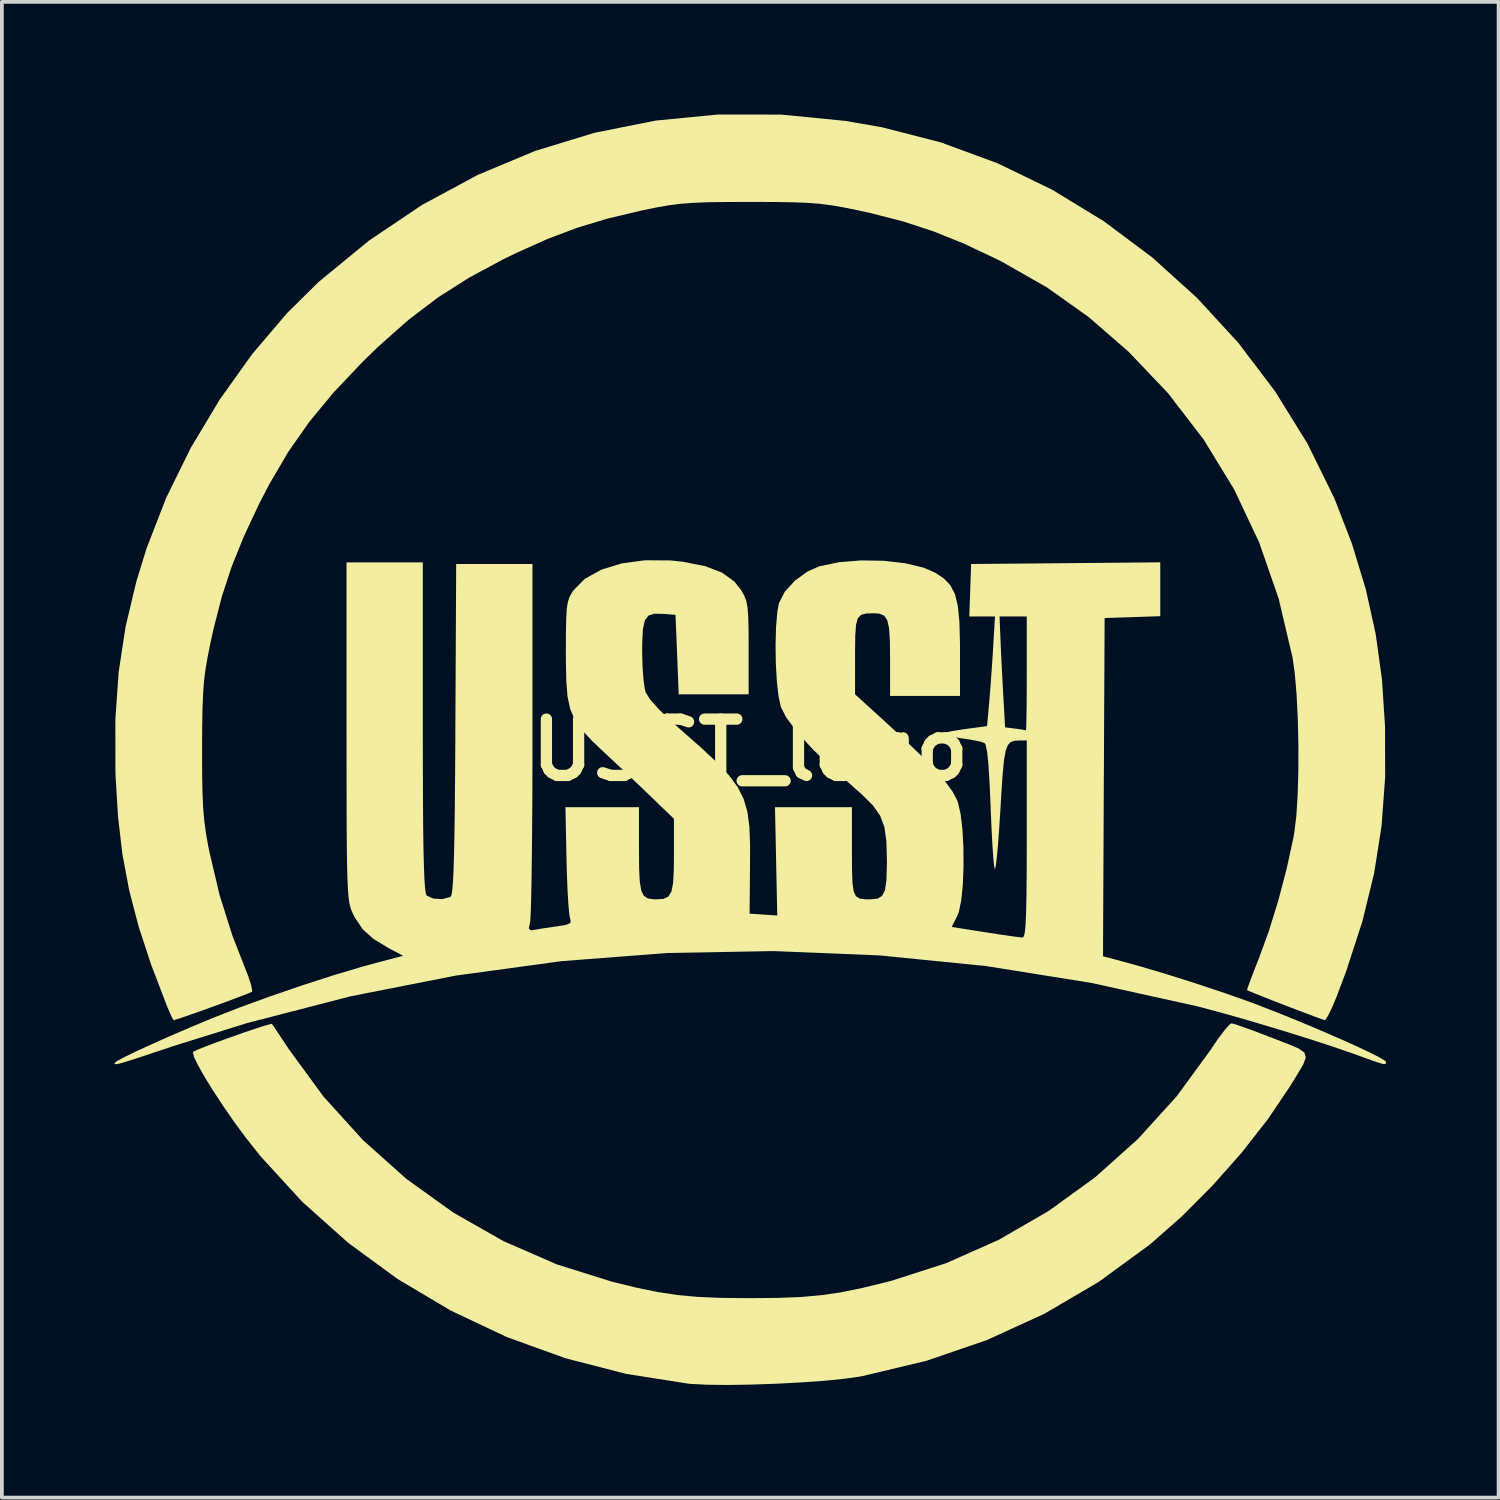
<source format=kicad_pcb>
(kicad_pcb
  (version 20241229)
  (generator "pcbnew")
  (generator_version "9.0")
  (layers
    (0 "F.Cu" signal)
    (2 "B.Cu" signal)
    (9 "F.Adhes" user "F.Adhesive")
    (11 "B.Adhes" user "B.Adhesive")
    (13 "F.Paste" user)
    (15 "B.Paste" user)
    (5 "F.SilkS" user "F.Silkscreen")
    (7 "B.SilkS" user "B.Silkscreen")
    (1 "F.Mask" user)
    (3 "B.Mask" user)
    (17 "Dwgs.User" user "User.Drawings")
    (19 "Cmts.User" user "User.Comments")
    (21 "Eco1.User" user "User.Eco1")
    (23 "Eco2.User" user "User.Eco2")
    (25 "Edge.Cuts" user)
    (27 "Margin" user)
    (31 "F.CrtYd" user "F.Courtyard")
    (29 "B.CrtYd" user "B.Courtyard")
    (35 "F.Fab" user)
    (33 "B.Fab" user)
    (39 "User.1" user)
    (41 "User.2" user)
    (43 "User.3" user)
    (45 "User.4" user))
  (footprint "USST_logo"
    (layer "F.Cu")
    (at 16.933 16.926)
    (property "Reference" "USST_logo" (at 0 0 0) (layer "F.SilkS") (effects (font (size 1.5 1.5) (thickness 0.3))))
    (attr board_only exclude_from_pos_files exclude_from_bom)
    (fp_poly (pts (xy 12.928 7.31) (xy 13.163 7.391) (xy 13.488 7.51) (xy 13.87 7.657) (xy 13.905 7.67) (xy 14.327 7.833) (xy 14.608 7.952) (xy 14.762 8.061) (xy 14.799 8.192) (xy 14.73 8.378) (xy 14.568 8.651) (xy 14.368 8.975) (xy 13.789 9.834) (xy 13.093 10.723) (xy 12.317 11.6) (xy 11.498 12.423) (xy 10.672 13.151) (xy 10.637 13.179) (xy 9.278 14.172) (xy 7.834 15.018) (xy 6.306 15.717) (xy 4.694 16.27) (xy 3 16.675) (xy 2.927 16.689) (xy 2.516 16.748) (xy 1.98 16.802) (xy 1.36 16.846) (xy 0.696 16.881) (xy 0.03 16.904) (xy -0.599 16.914) (xy -1.149 16.908) (xy -1.581 16.886) (xy -1.651 16.879) (xy -3.309 16.618) (xy -4.924 16.202) (xy -6.484 15.638) (xy -7.978 14.932) (xy -9.392 14.092) (xy -10.714 13.124) (xy -11.933 12.034) (xy -13.036 10.831) (xy -13.437 10.326) (xy -13.738 9.917) (xy -14.03 9.496) (xy -14.299 9.087) (xy -14.53 8.714) (xy -14.707 8.401) (xy -14.817 8.172) (xy -14.845 8.051) (xy -14.839 8.041) (xy -14.736 7.99) (xy -14.515 7.901) (xy -14.214 7.787) (xy -13.868 7.662) (xy -13.515 7.537) (xy -13.19 7.427) (xy -12.93 7.343) (xy -12.772 7.299) (xy -12.741 7.297) (xy -12.685 7.376) (xy -12.559 7.563) (xy -12.386 7.825) (xy -12.297 7.96) (xy -11.365 9.234) (xy -10.316 10.391) (xy -9.161 11.423) (xy -7.908 12.323) (xy -6.568 13.085) (xy -5.15 13.703) (xy -3.683 14.163) (xy -3.037 14.321) (xy -2.474 14.437) (xy -1.946 14.517) (xy -1.402 14.568) (xy -0.793 14.594) (xy -0.069 14.602) (xy 0 14.602) (xy 0.734 14.595) (xy 1.35 14.571) (xy 1.896 14.523) (xy 2.422 14.446) (xy 2.978 14.332) (xy 3.614 14.177) (xy 3.768 14.137) (xy 5.222 13.669) (xy 6.619 13.048) (xy 7.945 12.282) (xy 9.187 11.383) (xy 10.331 10.359) (xy 11.363 9.221) (xy 12.27 7.978) (xy 12.271 7.976) (xy 12.472 7.679) (xy 12.649 7.446) (xy 12.775 7.307) (xy 12.817 7.281)) (stroke (width 0) (type solid)) (fill yes) (layer "F.SilkS"))
    (fp_poly (pts (xy 0.826 -16.924) (xy 2.532 -16.756) (xy 3.509 -16.586) (xy 5.074 -16.184) (xy 6.586 -15.628) (xy 8.036 -14.926) (xy 9.413 -14.087) (xy 10.706 -13.121) (xy 11.906 -12.036) (xy 13.002 -10.843) (xy 13.983 -9.549) (xy 14.84 -8.165) (xy 15.561 -6.699) (xy 16.03 -5.486) (xy 16.397 -4.279) (xy 16.659 -3.097) (xy 16.827 -1.881) (xy 16.909 -0.631) (xy 16.912 0.73) (xy 16.817 2.024) (xy 16.617 3.291) (xy 16.305 4.569) (xy 15.873 5.897) (xy 15.614 6.583) (xy 15.493 6.872) (xy 15.387 7.088) (xy 15.316 7.193) (xy 15.307 7.197) (xy 15.216 7.168) (xy 15.005 7.091) (xy 14.71 6.98) (xy 14.368 6.849) (xy 14.015 6.713) (xy 13.689 6.585) (xy 13.427 6.48) (xy 13.265 6.412) (xy 13.232 6.396) (xy 13.255 6.318) (xy 13.329 6.116) (xy 13.442 5.822) (xy 13.553 5.542) (xy 13.813 4.829) (xy 14.064 4.017) (xy 14.286 3.175) (xy 14.461 2.373) (xy 14.492 2.201) (xy 14.546 1.765) (xy 14.581 1.203) (xy 14.6 0.555) (xy 14.601 -0.135) (xy 14.585 -0.826) (xy 14.553 -1.477) (xy 14.505 -2.044) (xy 14.447 -2.455) (xy 14.076 -4.03) (xy 13.557 -5.526) (xy 12.89 -6.94) (xy 12.078 -8.268) (xy 11.124 -9.508) (xy 10.076 -10.609) (xy 9.017 -11.529) (xy 7.912 -12.315) (xy 6.71 -13.001) (xy 6.562 -13.076) (xy 5.688 -13.488) (xy 4.88 -13.814) (xy 4.072 -14.078) (xy 3.2 -14.302) (xy 2.887 -14.37) (xy 2.51 -14.448) (xy 2.181 -14.505) (xy 1.866 -14.546) (xy 1.527 -14.573) (xy 1.129 -14.588) (xy 0.634 -14.596) (xy 0.007 -14.597) (xy 0 -14.597) (xy -0.629 -14.596) (xy -1.124 -14.589) (xy -1.524 -14.573) (xy -1.863 -14.547) (xy -2.178 -14.506) (xy -2.506 -14.449) (xy -2.883 -14.371) (xy -2.887 -14.37) (xy -3.788 -14.157) (xy -4.605 -13.911) (xy -5.404 -13.61) (xy -6.247 -13.231) (xy -6.562 -13.078) (xy -7.482 -12.584) (xy -8.314 -12.056) (xy -9.102 -11.457) (xy -9.893 -10.757) (xy -10.331 -10.331) (xy -11.099 -9.52) (xy -11.748 -8.736) (xy -12.309 -7.933) (xy -12.817 -7.066) (xy -13.078 -6.562) (xy -13.488 -5.688) (xy -13.813 -4.882) (xy -14.076 -4.079) (xy -14.297 -3.216) (xy -14.37 -2.887) (xy -14.448 -2.502) (xy -14.507 -2.165) (xy -14.548 -1.84) (xy -14.574 -1.489) (xy -14.59 -1.073) (xy -14.598 -0.556) (xy -14.6 -0.042) (xy -14.599 0.6) (xy -14.591 1.109) (xy -14.573 1.523) (xy -14.543 1.879) (xy -14.498 2.212) (xy -14.437 2.561) (xy -14.409 2.698) (xy -14.134 3.866) (xy -13.793 4.945) (xy -13.499 5.698) (xy -13.376 6.011) (xy -13.294 6.262) (xy -13.265 6.415) (xy -13.272 6.44) (xy -13.364 6.482) (xy -13.579 6.566) (xy -13.878 6.678) (xy -14.225 6.806) (xy -14.581 6.934) (xy -14.909 7.05) (xy -15.172 7.14) (xy -15.331 7.191) (xy -15.36 7.197) (xy -15.402 7.126) (xy -15.483 6.947) (xy -15.529 6.837) (xy -15.955 5.726) (xy -16.289 4.709) (xy -16.541 3.742) (xy -16.722 2.781) (xy -16.839 1.785) (xy -16.904 0.709) (xy -16.909 0.542) (xy -16.91 -0.819) (xy -16.822 -2.079) (xy -16.638 -3.285) (xy -16.352 -4.484) (xy -16.077 -5.376) (xy -15.554 -6.722) (xy -14.898 -8.053) (xy -14.128 -9.337) (xy -13.266 -10.544) (xy -12.331 -11.642) (xy -11.498 -12.464) (xy -10.155 -13.567) (xy -8.741 -14.518) (xy -7.263 -15.315) (xy -5.729 -15.956) (xy -4.145 -16.44) (xy -2.52 -16.764) (xy -0.86 -16.926)) (stroke (width 0) (type solid)) (fill yes) (layer "F.SilkS"))
    (fp_poly (pts (xy -2.119 -5.048) (xy -1.779 -5.011) (xy -1.194 -4.894) (xy -0.75 -4.723) (xy -0.425 -4.488) (xy -0.241 -4.257) (xy -0.163 -4.12) (xy -0.108 -3.98) (xy -0.073 -3.805) (xy -0.053 -3.561) (xy -0.044 -3.217) (xy -0.042 -2.737) (xy -0.042 -2.709) (xy -0.042 -1.482) (xy -0.974 -1.482) (xy -1.905 -1.482) (xy -1.947 -2.54) (xy -1.99 -3.598) (xy -2.313 -3.625) (xy -2.55 -3.629) (xy -2.71 -3.58) (xy -2.808 -3.45) (xy -2.859 -3.215) (xy -2.877 -2.848) (xy -2.879 -2.627) (xy -2.869 -2.238) (xy -2.844 -1.884) (xy -2.807 -1.62) (xy -2.787 -1.539) (xy -2.671 -1.351) (xy -2.431 -1.082) (xy -2.084 -0.747) (xy -1.869 -0.555) (xy -1.323 -0.075) (xy -0.895 0.325) (xy -0.57 0.671) (xy -0.334 0.989) (xy -0.174 1.307) (xy -0.074 1.651) (xy -0.022 2.048) (xy -0.004 2.524) (xy -0.005 3.026) (xy -0.017 4.36) (xy 0.351 4.385) (xy 0.72 4.41) (xy 0.69 2.967) (xy 0.66 1.524) (xy 1.685 1.524) (xy 2.709 1.524) (xy 2.709 2.7) (xy 2.711 3.19) (xy 2.723 3.535) (xy 2.754 3.761) (xy 2.814 3.894) (xy 2.914 3.958) (xy 3.063 3.978) (xy 3.207 3.979) (xy 3.39 3.961) (xy 3.514 3.887) (xy 3.589 3.731) (xy 3.628 3.467) (xy 3.64 3.068) (xy 3.641 2.938) (xy 3.627 2.435) (xy 3.574 2.054) (xy 3.459 1.748) (xy 3.264 1.472) (xy 2.966 1.178) (xy 2.803 1.035) (xy 2.169 0.471) (xy 1.644 -0.042) (xy 1.236 -0.493) (xy 0.954 -0.874) (xy 0.816 -1.146) (xy 0.754 -1.43) (xy 0.709 -1.834) (xy 0.682 -2.31) (xy 0.675 -2.807) (xy 0.688 -3.279) (xy 0.721 -3.676) (xy 0.765 -3.912) (xy 0.921 -4.215) (xy 1.192 -4.511) (xy 1.53 -4.756) (xy 1.841 -4.892) (xy 2.366 -5.001) (xy 2.954 -5.049) (xy 3.556 -5.039) (xy 4.127 -4.974) (xy 4.619 -4.855) (xy 4.916 -4.728) (xy 5.154 -4.571) (xy 5.33 -4.388) (xy 5.453 -4.152) (xy 5.53 -3.836) (xy 5.572 -3.412) (xy 5.587 -2.855) (xy 5.588 -2.677) (xy 5.588 -1.439) (xy 4.657 -1.439) (xy 3.725 -1.439) (xy 3.725 -2.438) (xy 3.72 -2.914) (xy 3.698 -3.246) (xy 3.649 -3.459) (xy 3.566 -3.579) (xy 3.438 -3.631) (xy 3.292 -3.641) (xy 3.091 -3.635) (xy 2.953 -3.6) (xy 2.866 -3.509) (xy 2.819 -3.336) (xy 2.798 -3.053) (xy 2.793 -2.634) (xy 2.793 -2.51) (xy 2.792 -1.482) (xy 3.491 -0.847) (xy 4.085 -0.3) (xy 4.558 0.155) (xy 4.925 0.531) (xy 5.196 0.843) (xy 5.386 1.103) (xy 5.506 1.327) (xy 5.534 1.402) (xy 5.605 1.711) (xy 5.653 2.125) (xy 5.679 2.603) (xy 5.682 3.103) (xy 5.663 3.582) (xy 5.622 3.998) (xy 5.559 4.309) (xy 5.52 4.413) (xy 5.366 4.714) (xy 6.26 4.855) (xy 6.638 4.914) (xy 6.958 4.96) (xy 7.181 4.989) (xy 7.26 4.996) (xy 7.291 4.96) (xy 7.316 4.842) (xy 7.335 4.628) (xy 7.349 4.305) (xy 7.358 3.857) (xy 7.364 3.272) (xy 7.366 2.534) (xy 7.366 2.371) (xy 7.366 -0.254) (xy 7.176 -0.253) (xy 7.041 -0.245) (xy 6.938 -0.211) (xy 6.861 -0.128) (xy 6.804 0.023) (xy 6.761 0.266) (xy 6.726 0.62) (xy 6.692 1.106) (xy 6.666 1.549) (xy 6.634 2.055) (xy 6.602 2.495) (xy 6.57 2.845) (xy 6.542 3.079) (xy 6.519 3.173) (xy 6.516 3.173) (xy 6.496 3.082) (xy 6.473 2.848) (xy 6.449 2.498) (xy 6.426 2.058) (xy 6.404 1.555) (xy 6.403 1.509) (xy 6.375 0.862) (xy 6.344 0.376) (xy 6.309 0.045) (xy 6.27 -0.14) (xy 6.242 -0.184) (xy 6.105 -0.229) (xy 5.862 -0.276) (xy 5.673 -0.303) (xy 5.336 -0.353) (xy 5.167 -0.4) (xy 5.168 -0.447) (xy 5.338 -0.496) (xy 5.673 -0.55) (xy 6.308 -0.635) (xy 6.362 -1.228) (xy 6.392 -1.585) (xy 6.425 -2.035) (xy 6.457 -2.502) (xy 6.468 -2.688) (xy 6.52 -3.556) (xy 6.641 -3.556) (xy 6.666 -2.942) (xy 6.682 -2.573) (xy 6.705 -2.114) (xy 6.73 -1.643) (xy 6.74 -1.465) (xy 6.789 -0.602) (xy 7.056 -0.569) (xy 7.247 -0.542) (xy 7.344 -0.522) (xy 7.345 -0.522) (xy 7.352 -0.597) (xy 7.357 -0.816) (xy 7.362 -1.151) (xy 7.365 -1.576) (xy 7.366 -2.032) (xy 7.366 -3.556) (xy 7.003 -3.556) (xy 6.641 -3.556) (xy 6.52 -3.556) (xy 6.178 -3.556) (xy 5.835 -3.556) (xy 5.86 -4.255) (xy 5.884 -4.953) (xy 8.403 -4.975) (xy 10.922 -4.998) (xy 10.922 -4.28) (xy 10.922 -3.563) (xy 10.181 -3.538) (xy 9.44 -3.514) (xy 9.418 0.991) (xy 9.397 5.496) (xy 9.757 5.59) (xy 10.399 5.767) (xy 11.136 5.987) (xy 11.91 6.232) (xy 12.659 6.482) (xy 13.322 6.717) (xy 13.504 6.786) (xy 14.039 6.994) (xy 14.588 7.216) (xy 15.128 7.442) (xy 15.636 7.662) (xy 16.091 7.865) (xy 16.469 8.042) (xy 16.749 8.182) (xy 16.906 8.277) (xy 16.933 8.306) (xy 16.932 8.349) (xy 16.908 8.369) (xy 16.834 8.359) (xy 16.682 8.312) (xy 16.424 8.221) (xy 16.071 8.093) (xy 15.518 7.902) (xy 14.851 7.685) (xy 14.118 7.457) (xy 13.371 7.233) (xy 12.657 7.029) (xy 12.028 6.859) (xy 11.895 6.825) (xy 9.097 6.207) (xy 6.282 5.756) (xy 3.456 5.473) (xy 0.624 5.357) (xy -2.207 5.408) (xy -5.031 5.626) (xy -7.844 6.01) (xy -10.639 6.56) (xy -13.41 7.277) (xy -15.342 7.88) (xy -15.885 8.061) (xy -16.287 8.195) (xy -16.571 8.286) (xy -16.757 8.342) (xy -16.865 8.367) (xy -16.916 8.369) (xy -16.932 8.352) (xy -16.933 8.339) (xy -16.859 8.282) (xy -16.65 8.171) (xy -16.33 8.016) (xy -15.92 7.828) (xy -15.444 7.616) (xy -14.923 7.392) (xy -14.381 7.166) (xy -14.328 7.144) (xy -13.605 6.861) (xy -12.79 6.564) (xy -11.937 6.271) (xy -11.1 6.001) (xy -10.335 5.773) (xy -9.977 5.675) (xy -9.244 5.482) (xy -9.639 5.274) (xy -10.036 5.033) (xy -10.317 4.781) (xy -10.528 4.47) (xy -10.583 4.362) (xy -10.62 4.279) (xy -10.651 4.188) (xy -10.677 4.075) (xy -10.699 3.925) (xy -10.715 3.723) (xy -10.728 3.455) (xy -10.738 3.107) (xy -10.744 2.664) (xy -10.749 2.111) (xy -10.751 1.435) (xy -10.752 0.62) (xy -10.753 -0.347) (xy -10.753 -0.492) (xy -10.753 -4.995) (xy -9.737 -4.995) (xy -8.721 -4.995) (xy -8.721 -0.61) (xy -8.72 0.432) (xy -8.716 1.314) (xy -8.711 2.047) (xy -8.703 2.641) (xy -8.691 3.106) (xy -8.677 3.453) (xy -8.66 3.691) (xy -8.639 3.83) (xy -8.619 3.878) (xy -8.444 3.958) (xy -8.204 3.973) (xy -7.994 3.918) (xy -7.981 3.91) (xy -7.956 3.857) (xy -7.935 3.723) (xy -7.916 3.497) (xy -7.901 3.169) (xy -7.888 2.729) (xy -7.877 2.164) (xy -7.868 1.464) (xy -7.861 0.618) (xy -7.854 -0.385) (xy -7.854 -0.555) (xy -7.832 -4.953) (xy -6.816 -4.953) (xy -5.8 -4.953) (xy -5.8 -0.296) (xy -5.801 0.583) (xy -5.804 1.417) (xy -5.81 2.188) (xy -5.817 2.881) (xy -5.825 3.479) (xy -5.835 3.967) (xy -5.846 4.327) (xy -5.858 4.543) (xy -5.865 4.595) (xy -5.898 4.759) (xy -5.844 4.805) (xy -5.738 4.79) (xy -5.538 4.755) (xy -5.258 4.714) (xy -5.137 4.697) (xy -4.894 4.657) (xy -4.788 4.605) (xy -4.786 4.525) (xy -4.796 4.502) (xy -4.82 4.373) (xy -4.844 4.106) (xy -4.866 3.733) (xy -4.884 3.285) (xy -4.893 2.942) (xy -4.922 1.524) (xy -3.943 1.524) (xy -2.963 1.524) (xy -2.963 2.65) (xy -2.959 3.152) (xy -2.942 3.51) (xy -2.902 3.746) (xy -2.832 3.887) (xy -2.722 3.956) (xy -2.565 3.978) (xy -2.498 3.979) (xy -2.312 3.966) (xy -2.183 3.907) (xy -2.101 3.778) (xy -2.055 3.553) (xy -2.036 3.206) (xy -2.032 2.805) (xy -2.032 1.833) (xy -2.609 1.277) (xy -2.935 0.964) (xy -3.322 0.597) (xy -3.707 0.235) (xy -3.869 0.085) (xy -4.225 -0.255) (xy -4.489 -0.54) (xy -4.675 -0.808) (xy -4.796 -1.092) (xy -4.867 -1.428) (xy -4.9 -1.852) (xy -4.91 -2.398) (xy -4.911 -2.609) (xy -4.909 -3.12) (xy -4.902 -3.491) (xy -4.887 -3.754) (xy -4.858 -3.938) (xy -4.814 -4.074) (xy -4.75 -4.192) (xy -4.717 -4.242) (xy -4.409 -4.556) (xy -3.969 -4.801) (xy -3.424 -4.969) (xy -2.798 -5.053)) (stroke (width 0) (type solid)) (fill yes) (layer "F.SilkS")))
  (gr_rect
    (start -3 -3)
    (end 36.867 36.84)
    (stroke (width 0.1) (type default))
    (fill no)
    (layer "Edge.Cuts")))
</source>
